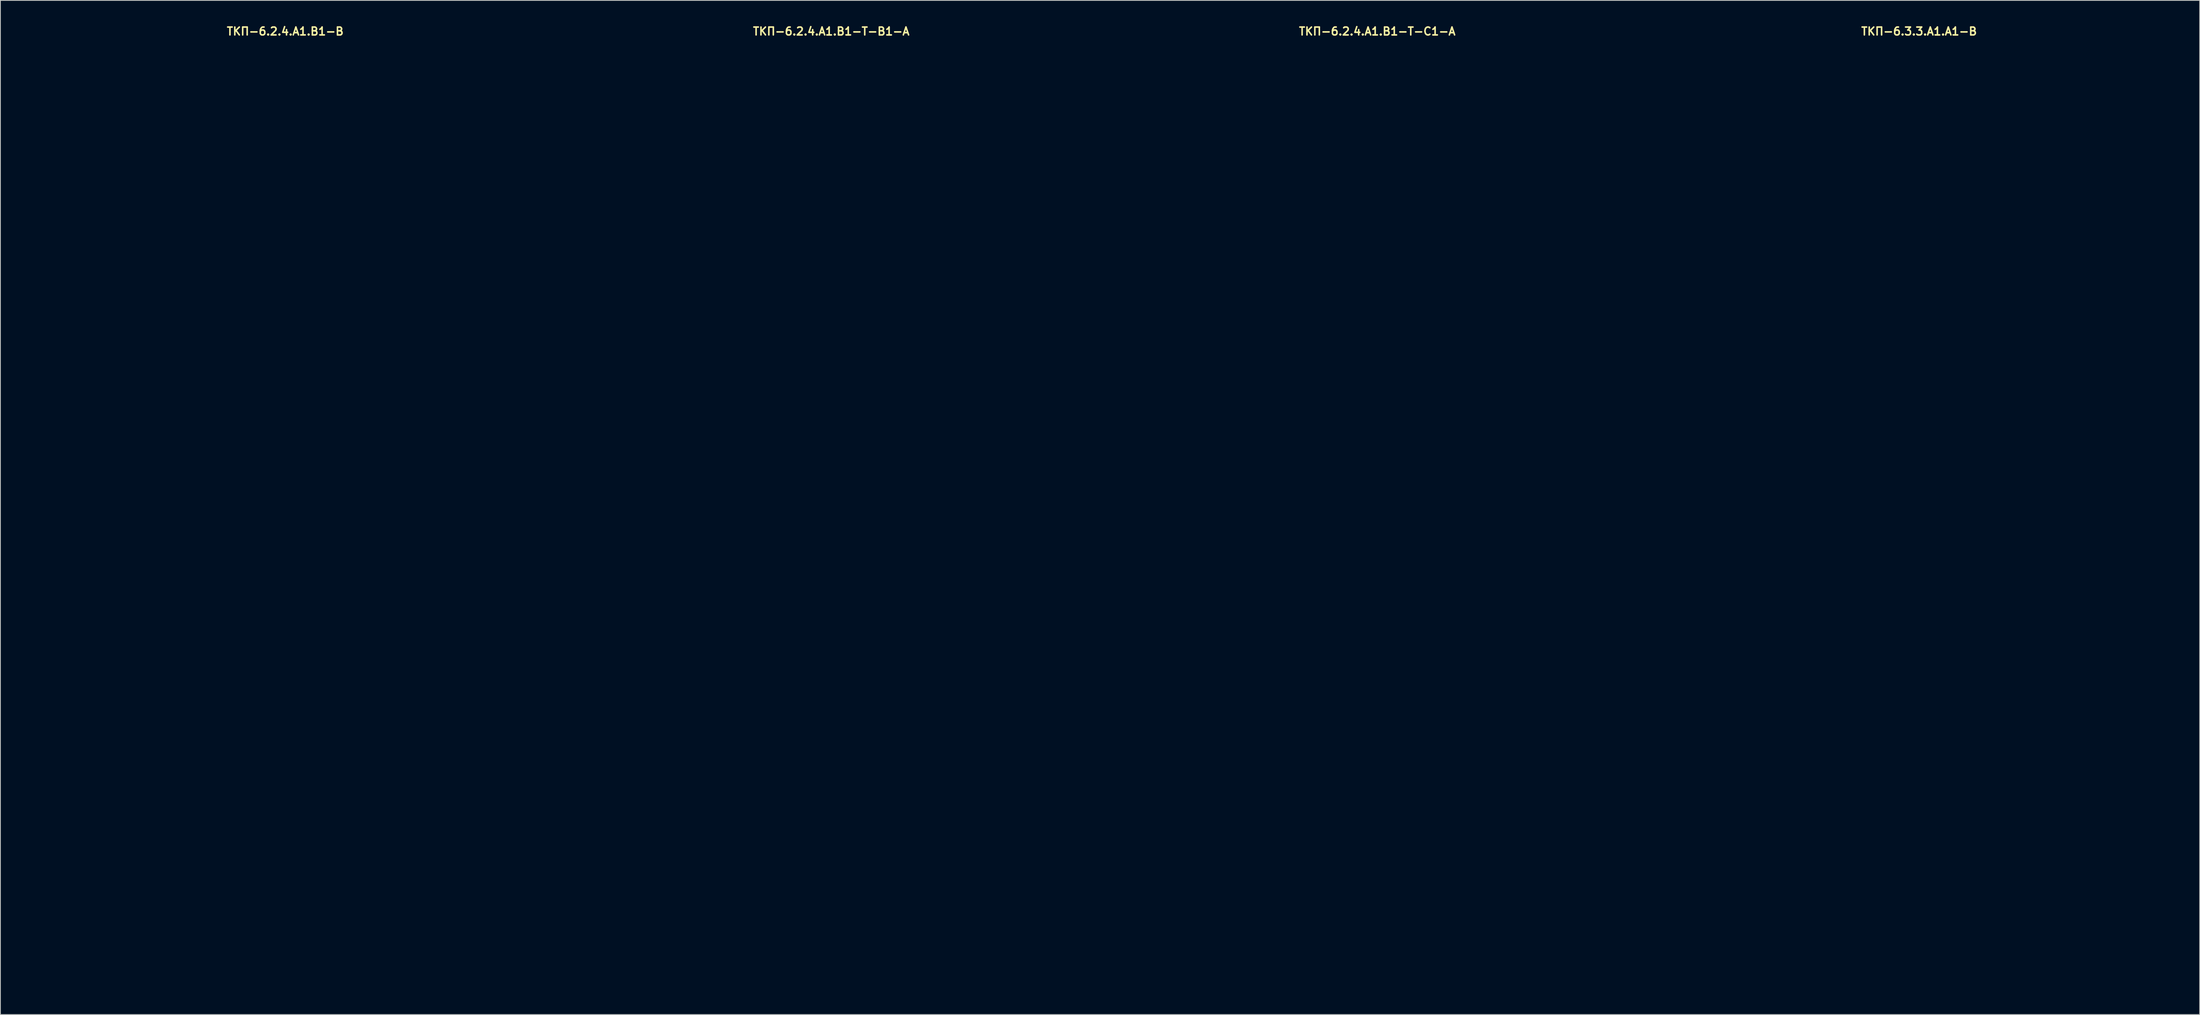
<source format=kicad_pcb>
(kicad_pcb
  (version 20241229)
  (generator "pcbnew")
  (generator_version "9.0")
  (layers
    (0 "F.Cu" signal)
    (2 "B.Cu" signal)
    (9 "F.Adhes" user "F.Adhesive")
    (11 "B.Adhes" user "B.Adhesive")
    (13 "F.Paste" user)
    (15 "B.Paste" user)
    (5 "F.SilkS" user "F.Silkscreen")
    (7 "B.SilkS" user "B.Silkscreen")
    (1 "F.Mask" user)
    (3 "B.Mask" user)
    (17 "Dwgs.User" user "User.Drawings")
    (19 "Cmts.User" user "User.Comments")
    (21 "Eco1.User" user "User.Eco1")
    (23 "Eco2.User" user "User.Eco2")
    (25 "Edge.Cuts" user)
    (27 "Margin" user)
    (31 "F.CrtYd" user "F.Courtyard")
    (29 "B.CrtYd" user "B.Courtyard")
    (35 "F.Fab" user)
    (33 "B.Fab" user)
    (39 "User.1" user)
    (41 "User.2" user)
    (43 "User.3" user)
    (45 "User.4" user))
  (footprint "ТКП-6.2.4.A1.B1-B"
    (layer "F.Cu")
    (at 33.2 62.277)
    (property "Reference" "ТКП-6.2.4.A1.B1-B" (at 0 -61.341 0) (layer "F.SilkS") (effects (font (size 1 1) (thickness 0.2))))
    (attr through_hole)
    (fp_line (start -33 -57.4) (end -33 57.4) (stroke (width 0.4) (type solid)) (layer "Eco1.User"))
    (fp_line (start -29.9 -60.5) (end 29.9 -60.5) (stroke (width 0.4) (type solid)) (layer "Eco1.User"))
    (fp_line (start -29.9 60.5) (end 29.9 60.5) (stroke (width 0.4) (type solid)) (layer "Eco1.User"))
    (fp_line (start 33 -57.4) (end 33 57.4) (stroke (width 0.4) (type solid)) (layer "Eco1.User"))
    (fp_arc (start -33 -57.4) (mid -32.092031 -59.592031) (end -29.9 -60.5) (stroke (width 0.4) (type solid)) (layer "Eco1.User"))
    (fp_arc (start -29.9 60.5) (mid -32.092031 59.592031) (end -33 57.4) (stroke (width 0.4) (type solid)) (layer "Eco1.User"))
    (fp_arc (start 29.9 -60.5) (mid 32.092031 -59.592031) (end 33 -57.4) (stroke (width 0.4) (type solid)) (layer "Eco1.User"))
    (fp_arc (start 33 57.4) (mid 32.092031 59.592031) (end 29.9 60.5) (stroke (width 0.4) (type solid)) (layer "Eco1.User"))
    (fp_circle (center -24.57 -52.07) (end -23.07 -52.07) (stroke (width 0.4) (type solid)) (fill no) (layer "Eco1.User"))
    (fp_circle (center -24.57 -1.27) (end -23.07 -1.27) (stroke (width 0.4) (type solid)) (fill no) (layer "Eco1.User"))
    (fp_circle (center -24.57 52.07) (end -23.07 52.07) (stroke (width 0.4) (type solid)) (fill no) (layer "Eco1.User"))
    (fp_circle (center -15.24 -31.55) (end -11.64 -31.55) (stroke (width 0.4) (type solid)) (fill no) (layer "Eco1.User"))
    (fp_circle (center 0 35.56) (end 6 35.56) (stroke (width 0.4) (type solid)) (fill no) (layer "Eco1.User"))
    (fp_circle (center 0 52.07) (end 3.3 52.07) (stroke (width 0.4) (type solid)) (fill no) (layer "Eco1.User"))
    (fp_circle (center 15.24 -31.55) (end 18.84 -31.55) (stroke (width 0.4) (type solid)) (fill no) (layer "Eco1.User"))
    (fp_circle (center 24.57 -52.07) (end 26.07 -52.07) (stroke (width 0.4) (type solid)) (fill no) (layer "Eco1.User"))
    (fp_circle (center 24.57 -1.27) (end 26.07 -1.27) (stroke (width 0.4) (type solid)) (fill no) (layer "Eco1.User"))
    (fp_circle (center 24.57 52.07) (end 26.07 52.07) (stroke (width 0.4) (type solid)) (fill no) (layer "Eco1.User")))
  (footprint "ТКП-6.3.3.A1.A1-B"
    (layer "F.Cu")
    (at 240.87 59.737)
    (property "Reference" "ТКП-6.3.3.A1.A1-B" (at 0 -58.801 0) (layer "F.SilkS") (effects (font (size 1 1) (thickness 0.2))))
    (attr through_hole)
    (fp_line (start -32.47 -57.98) (end -32.47 57.98) (stroke (width 0.4) (type solid)) (layer "Eco1.User"))
    (fp_line (start -32.47 -57.98) (end 32.47 -57.98) (stroke (width 0.4) (type solid)) (layer "Eco1.User"))
    (fp_line (start -32.47 -56.98) (end 32.47 -56.98) (stroke (width 0.4) (type solid)) (layer "Eco1.User"))
    (fp_line (start -32.47 -55.98) (end 32.47 -55.98) (stroke (width 0.2) (type solid)) (layer "Eco1.User"))
    (fp_line (start -32.47 55.98) (end 32.47 55.98) (stroke (width 0.2) (type solid)) (layer "Eco1.User"))
    (fp_line (start -32.47 56.98) (end 32.47 56.98) (stroke (width 0.4) (type solid)) (layer "Eco1.User"))
    (fp_line (start -32.47 57.98) (end 32.47 57.98) (stroke (width 0.4) (type solid)) (layer "Eco1.User"))
    (fp_line (start 32.47 -57.98) (end 32.47 57.98) (stroke (width 0.4) (type solid)) (layer "Eco1.User"))
    (fp_circle (center -19.05 -40.44) (end -15.45 -40.44) (stroke (width 0.4) (type solid)) (fill no) (layer "Eco1.User"))
    (fp_circle (center -8.89 -50.8) (end -7.39 -50.8) (stroke (width 0.4) (type solid)) (fill no) (layer "Eco1.User"))
    (fp_circle (center 0 -26.47) (end 3.6 -26.47) (stroke (width 0.4) (type solid)) (fill no) (layer "Eco1.User"))
    (fp_circle (center 0 -7.62) (end 2.65 -7.62) (stroke (width 0.4) (type solid)) (fill no) (layer "Eco1.User"))
    (fp_circle (center 0 19.05) (end 6 19.05) (stroke (width 0.4) (type solid)) (fill no) (layer "Eco1.User"))
    (fp_circle (center 8.89 -50.8) (end 10.39 -50.8) (stroke (width 0.4) (type solid)) (fill no) (layer "Eco1.User"))
    (fp_circle (center 19.05 -40.44) (end 22.65 -40.44) (stroke (width 0.4) (type solid)) (fill no) (layer "Eco1.User")))
  (footprint "ТКП-6.2.4.A1.B1-T-C1-A"
    (layer "F.Cu")
    (at 172 62.277)
    (property "Reference" "ТКП-6.2.4.A1.B1-T-C1-A" (at 0 -61.341 0) (layer "F.SilkS") (effects (font (size 1 1) (thickness 0.2))))
    (attr through_hole)
    (fp_line (start -33 -57.4) (end -33 57.4) (stroke (width 0.4) (type solid)) (layer "Eco1.User"))
    (fp_line (start -29.9 -60.5) (end 29.9 -60.5) (stroke (width 0.4) (type solid)) (layer "Eco1.User"))
    (fp_line (start -29.9 60.5) (end 29.9 60.5) (stroke (width 0.4) (type solid)) (layer "Eco1.User"))
    (fp_line (start 33 -57.4) (end 33 57.4) (stroke (width 0.4) (type solid)) (layer "Eco1.User"))
    (fp_arc (start -33 -57.4) (mid -32.092031 -59.592031) (end -29.9 -60.5) (stroke (width 0.4) (type solid)) (layer "Eco1.User"))
    (fp_arc (start -29.9 60.5) (mid -32.092031 59.592031) (end -33 57.4) (stroke (width 0.4) (type solid)) (layer "Eco1.User"))
    (fp_arc (start 29.9 -60.5) (mid 32.092031 -59.592031) (end 33 -57.4) (stroke (width 0.4) (type solid)) (layer "Eco1.User"))
    (fp_arc (start 33 57.4) (mid 32.092031 59.592031) (end 29.9 60.5) (stroke (width 0.4) (type solid)) (layer "Eco1.User"))
    (fp_circle (center -24.57 -52.07) (end -23.07 -52.07) (stroke (width 0.4) (type solid)) (fill no) (layer "Eco1.User"))
    (fp_circle (center -24.57 -52.07) (end -21.72 -52.07) (stroke (width 0.4) (type solid)) (fill no) (layer "Eco1.User"))
    (fp_circle (center -24.57 -1.27) (end -23.07 -1.27) (stroke (width 0.4) (type solid)) (fill no) (layer "Eco1.User"))
    (fp_circle (center -24.57 -1.27) (end -21.72 -1.27) (stroke (width 0.4) (type solid)) (fill no) (layer "Eco1.User"))
    (fp_circle (center -24.57 52.07) (end -23.07 52.07) (stroke (width 0.4) (type solid)) (fill no) (layer "Eco1.User"))
    (fp_circle (center -24.57 52.07) (end -21.72 52.07) (stroke (width 0.4) (type solid)) (fill no) (layer "Eco1.User"))
    (fp_circle (center -15.24 -31.55) (end -11.64 -31.55) (stroke (width 0.4) (type solid)) (fill no) (layer "Eco1.User"))
    (fp_circle (center -15.24 -31.55) (end -5.74 -31.55) (stroke (width 0.4) (type solid)) (fill no) (layer "Eco1.User"))
    (fp_circle (center 0 35.56) (end 6 35.56) (stroke (width 0.4) (type solid)) (fill no) (layer "Eco1.User"))
    (fp_circle (center 0 35.56) (end 10 35.56) (stroke (width 0.4) (type solid)) (fill no) (layer "Eco1.User"))
    (fp_circle (center 0 52.07) (end 2.65 52.07) (stroke (width 0.4) (type solid)) (fill no) (layer "Eco1.User"))
    (fp_circle (center 15.24 -31.55) (end 18.84 -31.55) (stroke (width 0.4) (type solid)) (fill no) (layer "Eco1.User"))
    (fp_circle (center 15.24 -31.55) (end 24.74 -31.55) (stroke (width 0.4) (type solid)) (fill no) (layer "Eco1.User"))
    (fp_circle (center 24.57 -52.07) (end 26.07 -52.07) (stroke (width 0.4) (type solid)) (fill no) (layer "Eco1.User"))
    (fp_circle (center 24.57 -52.07) (end 27.42 -52.07) (stroke (width 0.4) (type solid)) (fill no) (layer "Eco1.User"))
    (fp_circle (center 24.57 -1.27) (end 26.07 -1.27) (stroke (width 0.4) (type solid)) (fill no) (layer "Eco1.User"))
    (fp_circle (center 24.57 -1.27) (end 27.42 -1.27) (stroke (width 0.4) (type solid)) (fill no) (layer "Eco1.User"))
    (fp_circle (center 24.57 52.07) (end 26.07 52.07) (stroke (width 0.4) (type solid)) (fill no) (layer "Eco1.User"))
    (fp_circle (center 24.57 52.07) (end 27.42 52.07) (stroke (width 0.4) (type solid)) (fill no) (layer "Eco1.User")))
  (footprint "ТКП-6.2.4.A1.B1-T-B1-A"
    (layer "F.Cu")
    (at 102.6 62.277)
    (property "Reference" "ТКП-6.2.4.A1.B1-T-B1-A" (at 0 -61.341 0) (layer "F.SilkS") (effects (font (size 1 1) (thickness 0.2))))
    (attr through_hole)
    (fp_line (start -33 -57.4) (end -33 57.4) (stroke (width 0.4) (type solid)) (layer "Eco1.User"))
    (fp_line (start -29.9 -60.5) (end 29.9 -60.5) (stroke (width 0.4) (type solid)) (layer "Eco1.User"))
    (fp_line (start -29.9 60.5) (end 29.9 60.5) (stroke (width 0.4) (type solid)) (layer "Eco1.User"))
    (fp_line (start 33 -57.4) (end 33 57.4) (stroke (width 0.4) (type solid)) (layer "Eco1.User"))
    (fp_arc (start -33 -57.4) (mid -32.092031 -59.592031) (end -29.9 -60.5) (stroke (width 0.4) (type solid)) (layer "Eco1.User"))
    (fp_arc (start -29.9 60.5) (mid -32.092031 59.592031) (end -33 57.4) (stroke (width 0.4) (type solid)) (layer "Eco1.User"))
    (fp_arc (start 29.9 -60.5) (mid 32.092031 -59.592031) (end 33 -57.4) (stroke (width 0.4) (type solid)) (layer "Eco1.User"))
    (fp_arc (start 33 57.4) (mid 32.092031 59.592031) (end 29.9 60.5) (stroke (width 0.4) (type solid)) (layer "Eco1.User"))
    (fp_circle (center -24.57 -52.07) (end -23.07 -52.07) (stroke (width 0.4) (type solid)) (fill no) (layer "Eco1.User"))
    (fp_circle (center -24.57 -52.07) (end -21.72 -52.07) (stroke (width 0.4) (type solid)) (fill no) (layer "Eco1.User"))
    (fp_circle (center -24.57 -1.27) (end -23.07 -1.27) (stroke (width 0.4) (type solid)) (fill no) (layer "Eco1.User"))
    (fp_circle (center -24.57 -1.27) (end -21.72 -1.27) (stroke (width 0.4) (type solid)) (fill no) (layer "Eco1.User"))
    (fp_circle (center -24.57 52.07) (end -23.07 52.07) (stroke (width 0.4) (type solid)) (fill no) (layer "Eco1.User"))
    (fp_circle (center -24.57 52.07) (end -21.72 52.07) (stroke (width 0.4) (type solid)) (fill no) (layer "Eco1.User"))
    (fp_circle (center -15.24 -31.55) (end -11.64 -31.55) (stroke (width 0.4) (type solid)) (fill no) (layer "Eco1.User"))
    (fp_circle (center -15.24 -31.55) (end -5.74 -31.55) (stroke (width 0.4) (type solid)) (fill no) (layer "Eco1.User"))
    (fp_circle (center 0 35.56) (end 6 35.56) (stroke (width 0.4) (type solid)) (fill no) (layer "Eco1.User"))
    (fp_circle (center 0 35.56) (end 10 35.56) (stroke (width 0.4) (type solid)) (fill no) (layer "Eco1.User"))
    (fp_circle (center 0 52.07) (end 2.65 52.07) (stroke (width 0.4) (type solid)) (fill no) (layer "Eco1.User"))
    (fp_circle (center 15.24 -31.55) (end 18.84 -31.55) (stroke (width 0.4) (type solid)) (fill no) (layer "Eco1.User"))
    (fp_circle (center 15.24 -31.55) (end 24.74 -31.55) (stroke (width 0.4) (type solid)) (fill no) (layer "Eco1.User"))
    (fp_circle (center 24.57 -52.07) (end 26.07 -52.07) (stroke (width 0.4) (type solid)) (fill no) (layer "Eco1.User"))
    (fp_circle (center 24.57 -52.07) (end 27.42 -52.07) (stroke (width 0.4) (type solid)) (fill no) (layer "Eco1.User"))
    (fp_circle (center 24.57 -1.27) (end 26.07 -1.27) (stroke (width 0.4) (type solid)) (fill no) (layer "Eco1.User"))
    (fp_circle (center 24.57 -1.27) (end 27.42 -1.27) (stroke (width 0.4) (type solid)) (fill no) (layer "Eco1.User"))
    (fp_circle (center 24.57 52.07) (end 26.07 52.07) (stroke (width 0.4) (type solid)) (fill no) (layer "Eco1.User"))
    (fp_circle (center 24.57 52.07) (end 27.42 52.07) (stroke (width 0.4) (type solid)) (fill no) (layer "Eco1.User")))
  (gr_rect
    (start -3 -3)
    (end 276.54 125.977)
    (stroke (width 0.1) (type default))
    (fill no)
    (layer "Edge.Cuts")))
</source>
